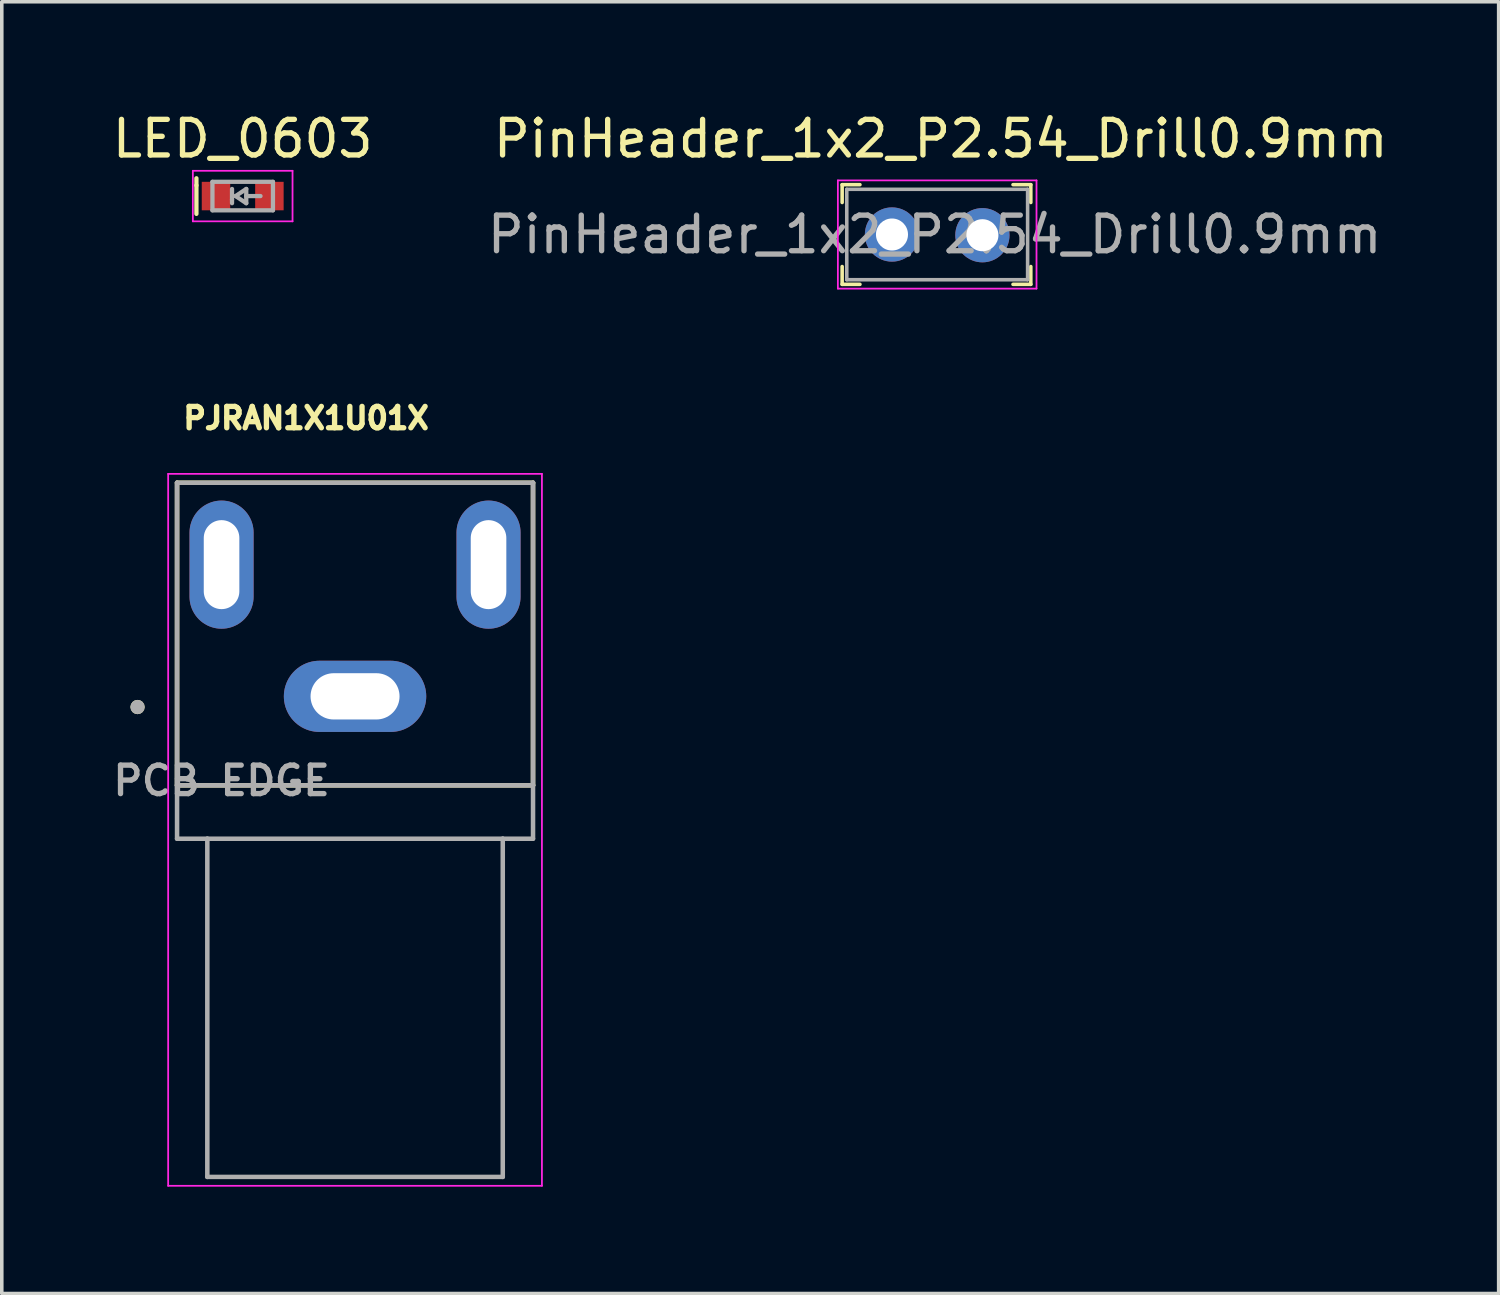
<source format=kicad_pcb>
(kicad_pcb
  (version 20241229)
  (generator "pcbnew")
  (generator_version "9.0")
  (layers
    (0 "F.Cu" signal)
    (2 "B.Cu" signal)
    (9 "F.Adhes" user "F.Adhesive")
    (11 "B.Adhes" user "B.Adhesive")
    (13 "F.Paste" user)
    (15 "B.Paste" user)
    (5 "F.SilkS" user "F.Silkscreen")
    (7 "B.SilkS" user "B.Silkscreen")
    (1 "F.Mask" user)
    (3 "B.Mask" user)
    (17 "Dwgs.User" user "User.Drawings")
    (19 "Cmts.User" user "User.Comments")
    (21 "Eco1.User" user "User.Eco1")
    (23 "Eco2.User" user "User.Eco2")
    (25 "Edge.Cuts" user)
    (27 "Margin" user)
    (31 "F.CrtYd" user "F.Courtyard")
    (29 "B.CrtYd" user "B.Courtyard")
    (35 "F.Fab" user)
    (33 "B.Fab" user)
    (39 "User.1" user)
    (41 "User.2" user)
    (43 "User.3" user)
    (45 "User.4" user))
  (footprint "LED_0603"
    (layer "F.Cu")
    (at 3.768 2.458)
    (property "Reference" "LED_0603" (at 0 -1.61 0) (layer "F.SilkS") (effects (font (size 1 1) (thickness 0.15))))
    (attr smd)
    (fp_line (start -1.3 -0.5) (end -1.3 -0.3) (stroke (width 0.12) (type solid)) (layer "F.SilkS"))
    (fp_line (start -1.3 -0.3) (end -1.3 0.5) (stroke (width 0.12) (type solid)) (layer "F.SilkS"))
    (fp_line (start -1.4 -0.71) (end 1.4 -0.71) (stroke (width 0.05) (type solid)) (layer "F.CrtYd"))
    (fp_line (start -1.4 0.71) (end -1.4 -0.71) (stroke (width 0.05) (type solid)) (layer "F.CrtYd"))
    (fp_line (start -1.4 0.71) (end 1.4 0.71) (stroke (width 0.05) (type solid)) (layer "F.CrtYd"))
    (fp_line (start 1.4 0.71) (end 1.4 -0.71) (stroke (width 0.05) (type solid)) (layer "F.CrtYd"))
    (fp_line (start -0.85 -0.4) (end 0.85 -0.4) (stroke (width 0.12) (type solid)) (layer "F.Fab"))
    (fp_line (start -0.85 0.4) (end -0.85 -0.4) (stroke (width 0.12) (type solid)) (layer "F.Fab"))
    (fp_line (start -0.85 0.4) (end 0.85 0.4) (stroke (width 0.12) (type solid)) (layer "F.Fab"))
    (fp_line (start -0.3 -0.2) (end -0.3 0.1) (stroke (width 0.12) (type solid)) (layer "F.Fab"))
    (fp_line (start -0.3 0.2) (end -0.3 0.1) (stroke (width 0.12) (type solid)) (layer "F.Fab"))
    (fp_line (start -0.2 0) (end 0.1 0.2) (stroke (width 0.12) (type solid)) (layer "F.Fab"))
    (fp_line (start 0.1 -0.2) (end -0.2 0) (stroke (width 0.12) (type solid)) (layer "F.Fab"))
    (fp_line (start 0.1 0) (end 0.1 -0.2) (stroke (width 0.12) (type solid)) (layer "F.Fab"))
    (fp_line (start 0.1 0.2) (end 0.1 0) (stroke (width 0.12) (type solid)) (layer "F.Fab"))
    (fp_line (start 0.5 0) (end 0.1 0) (stroke (width 0.12) (type solid)) (layer "F.Fab"))
    (fp_line (start 0.85 0.4) (end 0.85 -0.4) (stroke (width 0.12) (type solid)) (layer "F.Fab"))
    (pad "1" smd rect (at 0.75 0) (size 0.8 0.8) (layers "F.Cu" "F.Mask" "F.Paste"))
    (pad "2" smd rect (at -0.75 0) (size 0.8 0.8) (layers "F.Cu" "F.Mask" "F.Paste")))
  (footprint "PinHeader_1x2_P2.54_Drill0.9mm"
    (layer "F.Cu")
    (at 22.008 3.538)
    (property "Reference" "PinHeader_1x2_P2.54_Drill0.9mm" (at 1.37 -2.69 0) (layer "F.SilkS") (effects (font (size 1 1) (thickness 0.15))))
    (attr through_hole)
    (fp_line (start -1.4 -1.4) (end -1.4 -0.9) (stroke (width 0.1) (type solid)) (layer "F.SilkS"))
    (fp_line (start -1.4 -1.4) (end -0.9 -1.4) (stroke (width 0.1) (type solid)) (layer "F.SilkS"))
    (fp_line (start -1.4 1.4) (end -1.4 0.9) (stroke (width 0.1) (type solid)) (layer "F.SilkS"))
    (fp_line (start -1.4 1.4) (end -0.9 1.4) (stroke (width 0.1) (type solid)) (layer "F.SilkS"))
    (fp_line (start 3.9 -1.4) (end 3.4 -1.4) (stroke (width 0.1) (type solid)) (layer "F.SilkS"))
    (fp_line (start 3.9 -1.4) (end 3.9 -0.9) (stroke (width 0.1) (type solid)) (layer "F.SilkS"))
    (fp_line (start 3.9 1.4) (end 3.4 1.4) (stroke (width 0.1) (type solid)) (layer "F.SilkS"))
    (fp_line (start 3.9 1.4) (end 3.9 0.9) (stroke (width 0.1) (type solid)) (layer "F.SilkS"))
    (fp_line (start -1.52 -1.52) (end -1.52 1.52) (stroke (width 0.05) (type solid)) (layer "F.CrtYd"))
    (fp_line (start 4.06 -1.52) (end -1.52 -1.52) (stroke (width 0.05) (type solid)) (layer "F.CrtYd"))
    (fp_line (start 4.06 -1.52) (end 4.06 1.52) (stroke (width 0.05) (type solid)) (layer "F.CrtYd"))
    (fp_line (start 4.06 1.52) (end -1.52 1.52) (stroke (width 0.05) (type solid)) (layer "F.CrtYd"))
    (fp_line (start -1.27 -1.27) (end 3.81 -1.27) (stroke (width 0.1) (type solid)) (layer "F.Fab"))
    (fp_line (start -1.27 1.27) (end -1.27 -1.27) (stroke (width 0.1) (type solid)) (layer "F.Fab"))
    (fp_line (start -1.27 1.27) (end 3.81 1.27) (stroke (width 0.1) (type solid)) (layer "F.Fab"))
    (fp_line (start 3.81 1.27) (end 3.81 -1.27) (stroke (width 0.1) (type solid)) (layer "F.Fab"))
    (fp_text user "${REFERENCE}" (at 1.2 0 0) (layer "F.Fab") (effects (font (size 1 1) (thickness 0.15))))
    (pad "1" thru_hole circle (at 0 0) (size 1.524 1.524) (drill 0.9) (layers "*.Cu" "*.Mask"))
    (pad "2" thru_hole circle (at 2.54 0.02) (size 1.524 1.524) (drill 0.9) (layers "*.Cu" "*.Mask")))
  (footprint "PJRAN1X1U01X"
    (layer "F.Cu")
    (at 6.924 16.512)
    (property "Reference" "PJRAN1X1U01X" (at -1.375 -7.815 0) (layer "F.SilkS") (effects (font (size 0.6 0.6) (thickness 0.15))))
    (attr through_hole)
    (fp_line (start -5 -6) (end -5 2.5) (stroke (width 0.127) (type solid)) (layer "F.SilkS"))
    (fp_line (start -5 2.5) (end 5 2.5) (stroke (width 0.127) (type solid)) (layer "F.SilkS"))
    (fp_line (start 5 -6) (end -5 -6) (stroke (width 0.127) (type solid)) (layer "F.SilkS"))
    (fp_line (start 5 2.5) (end 5 -6) (stroke (width 0.127) (type solid)) (layer "F.SilkS"))
    (fp_circle (center -6.11 0.3) (end -6.01 0.3) (stroke (width 0.2) (type solid)) (fill no) (layer "F.SilkS"))
    (fp_line (start -5.25 -6.25) (end -5.25 13.75) (stroke (width 0.05) (type solid)) (layer "F.CrtYd"))
    (fp_line (start -5.25 13.75) (end 5.25 13.75) (stroke (width 0.05) (type solid)) (layer "F.CrtYd"))
    (fp_line (start 5.25 -6.25) (end -5.25 -6.25) (stroke (width 0.05) (type solid)) (layer "F.CrtYd"))
    (fp_line (start 5.25 13.75) (end 5.25 -6.25) (stroke (width 0.05) (type solid)) (layer "F.CrtYd"))
    (fp_line (start -5 -6) (end -5 2.5) (stroke (width 0.127) (type solid)) (layer "F.Fab"))
    (fp_line (start -5 2.5) (end -5 4) (stroke (width 0.127) (type solid)) (layer "F.Fab"))
    (fp_line (start -5 2.5) (end 5 2.5) (stroke (width 0.127) (type solid)) (layer "F.Fab"))
    (fp_line (start -5 4) (end -4.15 4) (stroke (width 0.127) (type solid)) (layer "F.Fab"))
    (fp_line (start -4.15 4) (end -4.15 13.5) (stroke (width 0.127) (type solid)) (layer "F.Fab"))
    (fp_line (start -4.15 4) (end 4.15 4) (stroke (width 0.127) (type solid)) (layer "F.Fab"))
    (fp_line (start -4.15 13.5) (end 4.15 13.5) (stroke (width 0.127) (type solid)) (layer "F.Fab"))
    (fp_line (start 4.15 4) (end 5 4) (stroke (width 0.127) (type solid)) (layer "F.Fab"))
    (fp_line (start 4.15 13.5) (end 4.15 4) (stroke (width 0.127) (type solid)) (layer "F.Fab"))
    (fp_line (start 5 -6) (end -5 -6) (stroke (width 0.127) (type solid)) (layer "F.Fab"))
    (fp_line (start 5 2.5) (end 5 -6) (stroke (width 0.127) (type solid)) (layer "F.Fab"))
    (fp_line (start 5 4) (end 5 2.5) (stroke (width 0.127) (type solid)) (layer "F.Fab"))
    (fp_circle (center -6.11 0.3) (end -6.01 0.3) (stroke (width 0.2) (type solid)) (fill no) (layer "F.Fab"))
    (fp_text user "PCB EDGE" (at -3.75 2.37 0) (layer "F.Fab") (effects (font (size 0.8 0.8) (thickness 0.15))))
    (pad "1" thru_hole oval (at 0 0) (size 4 2) (drill oval 2.5 1.3) (layers "*.Cu" "*.Mask"))
    (pad "2" thru_hole oval (at -3.75 -3.7) (size 1.8 3.6) (drill oval 1 2.5) (layers "*.Cu" "*.Mask"))
    (pad "3" thru_hole oval (at 3.75 -3.7) (size 1.8 3.6) (drill oval 1 2.5) (layers "*.Cu" "*.Mask")))
  (gr_rect
    (start -3 -3)
    (end 39.051 33.288)
    (stroke (width 0.1) (type default))
    (fill no)
    (layer "Edge.Cuts")))
</source>
